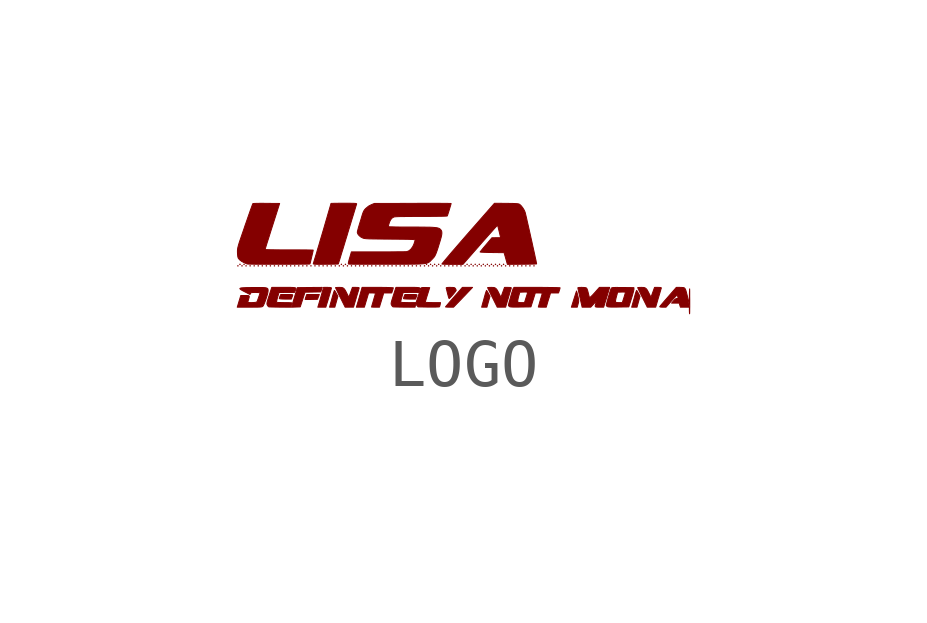
<source format=kicad_sym>
(kicad_symbol_lib
  (version 20210619)
  (generator bitmap2component)
  (symbol "LOGO"
    (pin_names
      (offset 1.016))
    (property "Reference" "#G"
      (at 0 0.652 0)
      (effects (font (size 1.27 1.27)) hide))
    (symbol "LOGO_0_0"
      (polyline (pts (xy 4.69 -1.256) (xy 4.691 -1.243) (xy 4.692 -1.212) (xy 4.692 -1.167) (xy 4.693 -1.108) (xy 4.693 -1.039) (xy 4.693 -0.963) (xy 4.692 -0.894) (xy 4.692 -0.826) (xy 4.692 -0.778) (xy 4.691 -0.749) (xy 4.691 -0.738) (xy 4.69 -0.745) (xy 4.689 -0.769) (xy 4.687 -0.808) (xy 4.686 -0.864) (xy 4.68 -1.057) (xy 4.649 -0.916) (xy 4.639 -0.87) (xy 4.624 -0.811) (xy 4.612 -0.768) (xy 4.6 -0.74) (xy 4.587 -0.722) (xy 4.574 -0.714) (xy 4.556 -0.71) (xy 4.524 -0.708) (xy 4.485 -0.707) (xy 4.413 -0.707) (xy 4.245 -0.9) (xy 4.213 -0.937) (xy 4.168 -0.988) (xy 4.13 -1.033) (xy 4.099 -1.069) (xy 4.078 -1.094) (xy 4.069 -1.105) (xy 4.068 -1.108) (xy 4.073 -1.114) (xy 4.093 -1.117) (xy 4.13 -1.119) (xy 4.199 -1.119) (xy 4.313 -0.988) (xy 4.338 -0.96) (xy 4.375 -0.92) (xy 4.404 -0.89) (xy 4.424 -0.872) (xy 4.433 -0.869) (xy 4.439 -0.884) (xy 4.447 -0.91) (xy 4.449 -0.926) (xy 4.445 -0.937) (xy 4.424 -0.939) (xy 4.406 -0.942) (xy 4.383 -0.957) (xy 4.355 -0.987) (xy 4.315 -1.034) (xy 4.473 -1.034) (xy 4.486 -1.076) (xy 4.499 -1.119) (xy 4.685 -1.119) (xy 4.685 -1.187) (xy 4.686 -1.221) (xy 4.688 -1.246) (xy 4.69 -1.256) (xy 4.69 -1.256)) (stroke (width 0.01)) (fill (type outline)))
      (polyline (pts (xy -4.368 -1.118) (xy -4.311 -1.118) (xy -4.269 -1.117) (xy -4.24 -1.115) (xy -4.22 -1.112) (xy -4.206 -1.108) (xy -4.197 -1.103) (xy -4.19 -1.096) (xy -4.18 -1.081) (xy -4.165 -1.047) (xy -4.147 -1.002) (xy -4.129 -0.951) (xy -4.112 -0.898) (xy -4.097 -0.849) (xy -4.088 -0.808) (xy -4.084 -0.78) (xy -4.084 -0.773) (xy -4.085 -0.754) (xy -4.089 -0.738) (xy -4.099 -0.727) (xy -4.116 -0.719) (xy -4.143 -0.713) (xy -4.183 -0.71) (xy -4.236 -0.709) (xy -4.307 -0.709) (xy -4.396 -0.709) (xy -4.449 -0.71) (xy -4.531 -0.711) (xy -4.593 -0.714) (xy -4.636 -0.717) (xy -4.662 -0.723) (xy -4.672 -0.73) (xy -4.667 -0.741) (xy -4.649 -0.755) (xy -4.617 -0.774) (xy -4.573 -0.797) (xy -4.539 -0.814) (xy -4.503 -0.833) (xy -4.476 -0.847) (xy -4.464 -0.853) (xy -4.458 -0.85) (xy -4.45 -0.834) (xy -4.447 -0.826) (xy -4.439 -0.819) (xy -4.423 -0.815) (xy -4.394 -0.813) (xy -4.349 -0.812) (xy -4.327 -0.813) (xy -4.289 -0.814) (xy -4.263 -0.817) (xy -4.253 -0.82) (xy -4.254 -0.829) (xy -4.261 -0.855) (xy -4.273 -0.89) (xy -4.286 -0.929) (xy -4.3 -0.967) (xy -4.311 -0.996) (xy -4.319 -1.01) (xy -4.319 -1.011) (xy -4.335 -1.016) (xy -4.363 -1.02) (xy -4.399 -1.023) (xy -4.437 -1.024) (xy -4.472 -1.023) (xy -4.496 -1.02) (xy -4.506 -1.016) (xy -4.505 -1.009) (xy -4.499 -0.987) (xy -4.49 -0.956) (xy -4.485 -0.94) (xy -4.477 -0.908) (xy -4.477 -0.889) (xy -4.49 -0.879) (xy -4.518 -0.876) (xy -4.564 -0.876) (xy -4.653 -0.876) (xy -4.68 -0.968) (xy -4.686 -0.986) (xy -4.699 -1.03) (xy -4.71 -1.066) (xy -4.717 -1.089) (xy -4.726 -1.119) (xy -4.443 -1.119) (xy -4.368 -1.118)) (stroke (width 0.01)) (fill (type outline)))
      (polyline (pts (xy -3.6 -1.078) (xy -3.598 -1.069) (xy -3.591 -1.044) (xy -3.588 -1.03) (xy -3.59 -1.029) (xy -3.609 -1.027) (xy -3.644 -1.025) (xy -3.691 -1.024) (xy -3.746 -1.024) (xy -3.773 -1.023) (xy -3.825 -1.022) (xy -3.868 -1.021) (xy -3.897 -1.018) (xy -3.909 -1.015) (xy -3.909 -1.01) (xy -3.905 -0.987) (xy -3.897 -0.952) (xy -3.885 -0.91) (xy -3.857 -0.813) (xy -3.696 -0.812) (xy -3.534 -0.812) (xy -3.519 -0.776) (xy -3.518 -0.773) (xy -3.509 -0.753) (xy -3.504 -0.737) (xy -3.505 -0.725) (xy -3.514 -0.717) (xy -3.533 -0.712) (xy -3.565 -0.709) (xy -3.611 -0.707) (xy -3.674 -0.707) (xy -4.008 -0.707) (xy -4.062 -0.876) (xy -4.077 -0.921) (xy -4.092 -0.971) (xy -4.102 -1.007) (xy -4.107 -1.032) (xy -4.108 -1.05) (xy -4.106 -1.063) (xy -4.1 -1.075) (xy -4.1 -1.076) (xy -4.085 -1.099) (xy -4.071 -1.111) (xy -4.069 -1.112) (xy -4.049 -1.114) (xy -4.012 -1.115) (xy -3.962 -1.116) (xy -3.902 -1.117) (xy -3.835 -1.118) (xy -3.612 -1.119) (xy -3.6 -1.078)) (stroke (width 0.01)) (fill (type outline)))
      (polyline (pts (xy -3.415 -1.113) (xy -3.365 -0.96) (xy -3.316 -0.807) (xy -3.152 -0.804) (xy -2.988 -0.801) (xy -2.972 -0.754) (xy -2.956 -0.707) (xy -3.216 -0.709) (xy -3.476 -0.712) (xy -3.489 -0.754) (xy -3.492 -0.765) (xy -3.501 -0.798) (xy -3.515 -0.844) (xy -3.531 -0.899) (xy -3.549 -0.958) (xy -3.597 -1.119) (xy -3.415 -1.113)) (stroke (width 0.01)) (fill (type outline)))
      (polyline (pts (xy -2.872 -1.084) (xy -2.871 -1.081) (xy -2.855 -1.029) (xy -2.837 -0.972) (xy -2.82 -0.912) (xy -2.803 -0.855) (xy -2.788 -0.804) (xy -2.776 -0.761) (xy -2.768 -0.732) (xy -2.765 -0.719) (xy -2.773 -0.713) (xy -2.801 -0.708) (xy -2.847 -0.707) (xy -2.93 -0.707) (xy -2.974 -0.863) (xy -2.98 -0.885) (xy -2.997 -0.944) (xy -3.012 -0.997) (xy -3.025 -1.04) (xy -3.033 -1.068) (xy -3.049 -1.119) (xy -2.882 -1.119) (xy -2.872 -1.084)) (stroke (width 0.01)) (fill (type outline)))
      (polyline (pts (xy -2.663 -1.005) (xy -2.631 -0.892) (xy -2.664 -0.831) (xy -2.68 -0.802) (xy -2.695 -0.779) (xy -2.703 -0.77) (xy -2.704 -0.771) (xy -2.71 -0.786) (xy -2.72 -0.814) (xy -2.731 -0.852) (xy -2.733 -0.858) (xy -2.748 -0.911) (xy -2.764 -0.971) (xy -2.78 -1.026) (xy -2.805 -1.119) (xy -2.695 -1.119) (xy -2.663 -1.005)) (stroke (width 0.01)) (fill (type outline)))
      (polyline (pts (xy -2.306 -1.118) (xy -2.249 -0.926) (xy -2.249 -0.924) (xy -2.231 -0.863) (xy -2.214 -0.809) (xy -2.201 -0.765) (xy -2.192 -0.734) (xy -2.188 -0.72) (xy -2.187 -0.718) (xy -2.193 -0.712) (xy -2.216 -0.708) (xy -2.256 -0.707) (xy -2.329 -0.707) (xy -2.366 -0.81) (xy -2.403 -0.913) (xy -2.443 -0.834) (xy -2.468 -0.784) (xy -2.49 -0.748) (xy -2.51 -0.726) (xy -2.534 -0.713) (xy -2.563 -0.708) (xy -2.603 -0.707) (xy -2.609 -0.707) (xy -2.645 -0.708) (xy -2.671 -0.71) (xy -2.68 -0.712) (xy -2.68 -0.714) (xy -2.672 -0.73) (xy -2.657 -0.762) (xy -2.636 -0.805) (xy -2.61 -0.859) (xy -2.58 -0.918) (xy -2.48 -1.119) (xy -2.306 -1.118)) (stroke (width 0.01)) (fill (type outline)))
      (polyline (pts (xy -2.052 -1.026) (xy -2.049 -1.013) (xy -2.033 -0.963) (xy -2.019 -0.915) (xy -2.008 -0.878) (xy -1.991 -0.823) (xy -1.917 -0.823) (xy -1.879 -0.824) (xy -1.858 -0.826) (xy -1.85 -0.832) (xy -1.851 -0.842) (xy -1.853 -0.846) (xy -1.86 -0.871) (xy -1.871 -0.908) (xy -1.884 -0.952) (xy -1.897 -0.998) (xy -1.91 -1.042) (xy -1.921 -1.079) (xy -1.928 -1.105) (xy -1.931 -1.116) (xy -1.931 -1.116) (xy -1.916 -1.117) (xy -1.887 -1.118) (xy -1.848 -1.119) (xy -1.766 -1.119) (xy -1.753 -1.074) (xy -1.749 -1.06) (xy -1.737 -1.022) (xy -1.723 -0.975) (xy -1.708 -0.926) (xy -1.677 -0.823) (xy -1.511 -0.823) (xy -1.494 -0.774) (xy -1.489 -0.757) (xy -1.481 -0.73) (xy -1.477 -0.716) (xy -1.48 -0.715) (xy -1.498 -0.713) (xy -1.534 -0.711) (xy -1.586 -0.709) (xy -1.649 -0.708) (xy -1.722 -0.707) (xy -1.803 -0.707) (xy -2.128 -0.707) (xy -2.172 -0.863) (xy -2.178 -0.885) (xy -2.195 -0.944) (xy -2.21 -0.997) (xy -2.223 -1.04) (xy -2.231 -1.068) (xy -2.247 -1.119) (xy -2.08 -1.119) (xy -2.052 -1.026)) (stroke (width 0.01)) (fill (type outline)))
      (polyline (pts (xy -1.018 -1.085) (xy -1.011 -1.052) (xy -0.962 -1.113) (xy -0.744 -1.117) (xy -0.725 -1.117) (xy -0.661 -1.117) (xy -0.605 -1.117) (xy -0.56 -1.115) (xy -0.529 -1.114) (xy -0.517 -1.111) (xy -0.516 -1.109) (xy -0.509 -1.091) (xy -0.502 -1.063) (xy -0.495 -1.024) (xy -0.654 -1.024) (xy -0.683 -1.023) (xy -0.734 -1.022) (xy -0.775 -1.02) (xy -0.803 -1.018) (xy -0.813 -1.015) (xy -0.812 -1.012) (xy -0.807 -0.992) (xy -0.796 -0.958) (xy -0.783 -0.912) (xy -0.766 -0.859) (xy -0.72 -0.712) (xy -0.805 -0.709) (xy -0.813 -0.709) (xy -0.858 -0.709) (xy -0.886 -0.712) (xy -0.899 -0.72) (xy -0.9 -0.723) (xy -0.909 -0.744) (xy -0.922 -0.779) (xy -0.938 -0.826) (xy -0.956 -0.878) (xy -1.004 -1.024) (xy -1.161 -1.024) (xy -1.187 -1.023) (xy -1.24 -1.022) (xy -1.282 -1.021) (xy -1.311 -1.018) (xy -1.323 -1.015) (xy -1.323 -1.01) (xy -1.32 -0.987) (xy -1.312 -0.952) (xy -1.3 -0.91) (xy -1.272 -0.813) (xy -1.11 -0.812) (xy -0.949 -0.812) (xy -0.933 -0.776) (xy -0.932 -0.773) (xy -0.924 -0.753) (xy -0.919 -0.737) (xy -0.92 -0.725) (xy -0.929 -0.717) (xy -0.948 -0.712) (xy -0.979 -0.709) (xy -1.026 -0.707) (xy -1.089 -0.707) (xy -1.423 -0.707) (xy -1.477 -0.876) (xy -1.491 -0.921) (xy -1.507 -0.971) (xy -1.517 -1.007) (xy -1.522 -1.032) (xy -1.523 -1.05) (xy -1.52 -1.063) (xy -1.515 -1.075) (xy -1.514 -1.076) (xy -1.499 -1.099) (xy -1.486 -1.111) (xy -1.483 -1.112) (xy -1.463 -1.114) (xy -1.426 -1.115) (xy -1.376 -1.116) (xy -1.316 -1.117) (xy -1.249 -1.118) (xy -1.025 -1.119) (xy -1.018 -1.085)) (stroke (width 0.01)) (fill (type outline)))
      (polyline (pts (xy -0.098 -0.989) (xy -0.075 -0.966) (xy -0.026 -0.914) (xy 0.023 -0.864) (xy 0.066 -0.818) (xy 0.1 -0.783) (xy 0.172 -0.707) (xy -0.04 -0.707) (xy -0.215 -0.907) (xy -0.255 -0.953) (xy -0.299 -1.003) (xy -0.336 -1.047) (xy -0.365 -1.081) (xy -0.384 -1.104) (xy -0.391 -1.113) (xy -0.39 -1.114) (xy -0.375 -1.116) (xy -0.346 -1.118) (xy -0.307 -1.119) (xy -0.224 -1.119) (xy -0.098 -0.989)) (stroke (width 0.01)) (fill (type outline)))
      (polyline (pts (xy 0.535 -0.892) (xy 0.502 -0.831) (xy 0.485 -0.802) (xy 0.471 -0.779) (xy 0.463 -0.77) (xy 0.462 -0.771) (xy 0.456 -0.786) (xy 0.446 -0.814) (xy 0.434 -0.852) (xy 0.433 -0.858) (xy 0.418 -0.911) (xy 0.402 -0.971) (xy 0.386 -1.026) (xy 0.361 -1.119) (xy 0.471 -1.119) (xy 0.535 -0.892)) (stroke (width 0.01)) (fill (type outline)))
      (polyline (pts (xy 0.86 -1.118) (xy 0.917 -0.926) (xy 0.917 -0.924) (xy 0.935 -0.863) (xy 0.951 -0.809) (xy 0.965 -0.765) (xy 0.974 -0.734) (xy 0.978 -0.72) (xy 0.979 -0.718) (xy 0.972 -0.712) (xy 0.95 -0.708) (xy 0.91 -0.707) (xy 0.837 -0.707) (xy 0.8 -0.81) (xy 0.763 -0.913) (xy 0.723 -0.834) (xy 0.698 -0.784) (xy 0.676 -0.748) (xy 0.655 -0.726) (xy 0.632 -0.713) (xy 0.603 -0.708) (xy 0.563 -0.707) (xy 0.557 -0.707) (xy 0.521 -0.708) (xy 0.495 -0.71) (xy 0.485 -0.712) (xy 0.486 -0.714) (xy 0.493 -0.73) (xy 0.508 -0.762) (xy 0.53 -0.805) (xy 0.556 -0.859) (xy 0.586 -0.918) (xy 0.686 -1.119) (xy 0.86 -1.118)) (stroke (width 0.01)) (fill (type outline)))
      (polyline (pts (xy 1.719 -1.074) (xy 1.723 -1.06) (xy 1.734 -1.022) (xy 1.748 -0.975) (xy 1.764 -0.926) (xy 1.795 -0.823) (xy 1.961 -0.823) (xy 1.978 -0.774) (xy 1.983 -0.757) (xy 1.991 -0.73) (xy 1.994 -0.716) (xy 1.987 -0.714) (xy 1.961 -0.713) (xy 1.917 -0.711) (xy 1.859 -0.71) (xy 1.787 -0.709) (xy 1.704 -0.708) (xy 1.613 -0.707) (xy 1.514 -0.707) (xy 1.034 -0.707) (xy 1.019 -0.731) (xy 1.018 -0.733) (xy 1.01 -0.752) (xy 0.999 -0.787) (xy 0.985 -0.832) (xy 0.97 -0.883) (xy 0.955 -0.936) (xy 0.941 -0.987) (xy 0.937 -1.002) (xy 1.111 -1.002) (xy 1.113 -0.978) (xy 1.12 -0.941) (xy 1.13 -0.899) (xy 1.156 -0.807) (xy 1.237 -0.804) (xy 1.247 -0.804) (xy 1.284 -0.804) (xy 1.309 -0.805) (xy 1.319 -0.808) (xy 1.317 -0.815) (xy 1.311 -0.839) (xy 1.3 -0.875) (xy 1.286 -0.919) (xy 1.253 -1.024) (xy 1.185 -1.024) (xy 1.177 -1.024) (xy 1.141 -1.022) (xy 1.12 -1.016) (xy 1.111 -1.007) (xy 1.111 -1.002) (xy 0.937 -1.002) (xy 0.929 -1.031) (xy 0.921 -1.063) (xy 0.918 -1.08) (xy 0.921 -1.087) (xy 0.935 -1.102) (xy 0.94 -1.106) (xy 0.951 -1.111) (xy 0.969 -1.114) (xy 0.997 -1.116) (xy 1.038 -1.117) (xy 1.095 -1.117) (xy 1.169 -1.116) (xy 1.387 -1.113) (xy 1.433 -0.968) (xy 1.478 -0.823) (xy 1.555 -0.823) (xy 1.593 -0.824) (xy 1.613 -0.826) (xy 1.621 -0.832) (xy 1.621 -0.842) (xy 1.619 -0.846) (xy 1.612 -0.871) (xy 1.601 -0.908) (xy 1.588 -0.952) (xy 1.574 -0.998) (xy 1.562 -1.042) (xy 1.551 -1.079) (xy 1.543 -1.105) (xy 1.541 -1.116) (xy 1.541 -1.116) (xy 1.556 -1.117) (xy 1.585 -1.118) (xy 1.623 -1.119) (xy 1.706 -1.119) (xy 1.719 -1.074)) (stroke (width 0.01)) (fill (type outline)))
      (polyline (pts (xy 2.369 -1.052) (xy 2.372 -1.041) (xy 2.379 -1.012) (xy 2.381 -0.988) (xy 2.38 -0.963) (xy 2.374 -0.93) (xy 2.364 -0.882) (xy 2.357 -0.853) (xy 2.347 -0.816) (xy 2.34 -0.792) (xy 2.336 -0.783) (xy 2.334 -0.789) (xy 2.326 -0.812) (xy 2.314 -0.849) (xy 2.299 -0.897) (xy 2.281 -0.953) (xy 2.229 -1.119) (xy 2.351 -1.119) (xy 2.369 -1.052)) (stroke (width 0.01)) (fill (type outline)))
      (polyline (pts (xy 2.693 -1.053) (xy 2.753 -0.987) (xy 2.738 -1.039) (xy 2.733 -1.056) (xy 2.725 -1.087) (xy 2.726 -1.106) (xy 2.739 -1.115) (xy 2.766 -1.118) (xy 2.812 -1.119) (xy 2.901 -1.119) (xy 2.934 -1.01) (xy 2.941 -0.988) (xy 2.961 -0.925) (xy 2.98 -0.86) (xy 2.997 -0.805) (xy 3.026 -0.707) (xy 2.919 -0.707) (xy 2.812 -0.707) (xy 2.713 -0.819) (xy 2.712 -0.82) (xy 2.668 -0.868) (xy 2.635 -0.9) (xy 2.615 -0.915) (xy 2.606 -0.916) (xy 2.605 -0.914) (xy 2.598 -0.894) (xy 2.59 -0.861) (xy 2.58 -0.82) (xy 2.578 -0.811) (xy 2.567 -0.771) (xy 2.556 -0.74) (xy 2.546 -0.722) (xy 2.53 -0.714) (xy 2.498 -0.709) (xy 2.447 -0.707) (xy 2.436 -0.707) (xy 2.399 -0.708) (xy 2.373 -0.711) (xy 2.364 -0.715) (xy 2.364 -0.715) (xy 2.366 -0.729) (xy 2.372 -0.759) (xy 2.382 -0.804) (xy 2.394 -0.859) (xy 2.408 -0.921) (xy 2.453 -1.119) (xy 2.632 -1.119) (xy 2.693 -1.053)) (stroke (width 0.01)) (fill (type outline)))
      (polyline (pts (xy 3.206 -1.116) (xy 3.424 -1.113) (xy 3.479 -0.939) (xy 3.493 -0.894) (xy 3.509 -0.839) (xy 3.522 -0.792) (xy 3.53 -0.757) (xy 3.532 -0.739) (xy 3.53 -0.712) (xy 3.301 -0.709) (xy 3.298 -0.709) (xy 3.224 -0.709) (xy 3.167 -0.708) (xy 3.126 -0.709) (xy 3.098 -0.71) (xy 3.08 -0.713) (xy 3.068 -0.717) (xy 3.061 -0.723) (xy 3.056 -0.731) (xy 3.055 -0.732) (xy 3.047 -0.752) (xy 3.036 -0.786) (xy 3.022 -0.831) (xy 3.007 -0.883) (xy 2.991 -0.936) (xy 2.977 -0.987) (xy 2.973 -1.002) (xy 3.147 -1.002) (xy 3.149 -0.978) (xy 3.156 -0.941) (xy 3.167 -0.899) (xy 3.192 -0.807) (xy 3.274 -0.804) (xy 3.284 -0.804) (xy 3.32 -0.804) (xy 3.346 -0.805) (xy 3.356 -0.808) (xy 3.354 -0.815) (xy 3.347 -0.839) (xy 3.336 -0.875) (xy 3.323 -0.919) (xy 3.289 -1.024) (xy 3.222 -1.024) (xy 3.214 -1.024) (xy 3.178 -1.022) (xy 3.157 -1.016) (xy 3.148 -1.007) (xy 3.147 -1.002) (xy 2.973 -1.002) (xy 2.966 -1.031) (xy 2.958 -1.063) (xy 2.955 -1.08) (xy 2.958 -1.087) (xy 2.971 -1.102) (xy 2.976 -1.106) (xy 2.988 -1.111) (xy 3.006 -1.114) (xy 3.034 -1.116) (xy 3.075 -1.117) (xy 3.131 -1.117) (xy 3.206 -1.116)) (stroke (width 0.01)) (fill (type outline)))
      (polyline (pts (xy 3.658 -0.892) (xy 3.626 -0.831) (xy 3.609 -0.802) (xy 3.595 -0.779) (xy 3.587 -0.77) (xy 3.586 -0.771) (xy 3.579 -0.786) (xy 3.569 -0.814) (xy 3.558 -0.852) (xy 3.556 -0.858) (xy 3.542 -0.911) (xy 3.525 -0.971) (xy 3.51 -1.026) (xy 3.484 -1.119) (xy 3.595 -1.119) (xy 3.658 -0.892)) (stroke (width 0.01)) (fill (type outline)))
      (polyline (pts (xy 3.897 -1.118) (xy 3.984 -1.118) (xy 4.04 -0.926) (xy 4.041 -0.924) (xy 4.059 -0.863) (xy 4.075 -0.809) (xy 4.088 -0.765) (xy 4.097 -0.734) (xy 4.102 -0.72) (xy 4.102 -0.718) (xy 4.096 -0.712) (xy 4.074 -0.708) (xy 4.033 -0.707) (xy 3.96 -0.707) (xy 3.886 -0.913) (xy 3.847 -0.834) (xy 3.821 -0.784) (xy 3.8 -0.748) (xy 3.779 -0.726) (xy 3.756 -0.713) (xy 3.726 -0.708) (xy 3.686 -0.707) (xy 3.68 -0.707) (xy 3.644 -0.708) (xy 3.619 -0.71) (xy 3.609 -0.712) (xy 3.61 -0.714) (xy 3.617 -0.73) (xy 3.632 -0.762) (xy 3.653 -0.805) (xy 3.679 -0.859) (xy 3.709 -0.918) (xy 3.809 -1.119) (xy 3.897 -1.118)) (stroke (width 0.01)) (fill (type outline)))
      (polyline (pts (xy -3.234 -0.959) (xy -3.185 -0.958) (xy -3.056 -0.955) (xy -3.037 -0.905) (xy -3.018 -0.855) (xy -3.28 -0.855) (xy -3.297 -0.904) (xy -3.303 -0.921) (xy -3.31 -0.946) (xy -3.313 -0.957) (xy -3.313 -0.957) (xy -3.302 -0.958) (xy -3.275 -0.959) (xy -3.234 -0.959)) (stroke (width 0.01)) (fill (type outline)))
      (polyline (pts (xy -3.59 -0.921) (xy -3.581 -0.897) (xy -3.572 -0.873) (xy -3.571 -0.869) (xy -3.572 -0.862) (xy -3.582 -0.858) (xy -3.603 -0.856) (xy -3.639 -0.855) (xy -3.693 -0.855) (xy -3.821 -0.855) (xy -3.836 -0.891) (xy -3.839 -0.896) (xy -3.848 -0.922) (xy -3.852 -0.939) (xy -3.848 -0.942) (xy -3.825 -0.946) (xy -3.784 -0.949) (xy -3.726 -0.95) (xy -3.6 -0.95) (xy -3.59 -0.921)) (stroke (width 0.01)) (fill (type outline)))
      (polyline (pts (xy -1.005 -0.921) (xy -0.996 -0.897) (xy -0.987 -0.873) (xy -0.985 -0.869) (xy -0.987 -0.862) (xy -0.997 -0.858) (xy -1.018 -0.856) (xy -1.054 -0.855) (xy -1.107 -0.855) (xy -1.236 -0.855) (xy -1.251 -0.891) (xy -1.253 -0.896) (xy -1.262 -0.922) (xy -1.266 -0.939) (xy -1.262 -0.942) (xy -1.24 -0.946) (xy -1.198 -0.949) (xy -1.141 -0.95) (xy -1.015 -0.95) (xy -1.005 -0.921)) (stroke (width 0.01)) (fill (type outline)))
      (polyline (pts (xy -0.312 -0.937) (xy -0.296 -0.923) (xy -0.272 -0.898) (xy -0.245 -0.868) (xy -0.217 -0.835) (xy -0.193 -0.805) (xy -0.175 -0.781) (xy -0.169 -0.768) (xy -0.173 -0.753) (xy -0.185 -0.73) (xy -0.19 -0.724) (xy -0.201 -0.715) (xy -0.219 -0.71) (xy -0.247 -0.708) (xy -0.292 -0.707) (xy -0.324 -0.707) (xy -0.357 -0.709) (xy -0.374 -0.713) (xy -0.377 -0.72) (xy -0.375 -0.728) (xy -0.368 -0.753) (xy -0.359 -0.791) (xy -0.348 -0.836) (xy -0.34 -0.866) (xy -0.33 -0.904) (xy -0.321 -0.93) (xy -0.316 -0.939) (xy -0.312 -0.937)) (stroke (width 0.01)) (fill (type outline)))
      (polyline (pts (xy -4.707 -0.259) (xy -4.712 -0.253) (xy -4.717 -0.259) (xy -4.712 -0.264) (xy -4.707 -0.259)) (stroke (width 0.01)) (fill (type outline)))
      (polyline (pts (xy -4.622 -0.259) (xy -4.627 -0.253) (xy -4.633 -0.259) (xy -4.627 -0.264) (xy -4.622 -0.259)) (stroke (width 0.01)) (fill (type outline)))
      (polyline (pts (xy -4.538 -0.259) (xy -4.543 -0.253) (xy -4.548 -0.259) (xy -4.543 -0.264) (xy -4.538 -0.259)) (stroke (width 0.01)) (fill (type outline)))
      (polyline (pts (xy -4.453 -0.259) (xy -4.458 -0.253) (xy -4.464 -0.259) (xy -4.458 -0.264) (xy -4.453 -0.259)) (stroke (width 0.01)) (fill (type outline)))
      (polyline (pts (xy -4.369 -0.259) (xy -4.374 -0.253) (xy -4.379 -0.259) (xy -4.374 -0.264) (xy -4.369 -0.259)) (stroke (width 0.01)) (fill (type outline)))
      (polyline (pts (xy -4.284 -0.259) (xy -4.29 -0.253) (xy -4.295 -0.259) (xy -4.29 -0.264) (xy -4.284 -0.259)) (stroke (width 0.01)) (fill (type outline)))
      (polyline (pts (xy -4.2 -0.259) (xy -4.205 -0.253) (xy -4.21 -0.259) (xy -4.205 -0.264) (xy -4.2 -0.259)) (stroke (width 0.01)) (fill (type outline)))
      (polyline (pts (xy -4.115 -0.259) (xy -4.121 -0.253) (xy -4.126 -0.259) (xy -4.121 -0.264) (xy -4.115 -0.259)) (stroke (width 0.01)) (fill (type outline)))
      (polyline (pts (xy -4.031 -0.259) (xy -4.036 -0.253) (xy -4.042 -0.259) (xy -4.036 -0.264) (xy -4.031 -0.259)) (stroke (width 0.01)) (fill (type outline)))
      (polyline (pts (xy -3.947 -0.259) (xy -3.952 -0.253) (xy -3.957 -0.259) (xy -3.952 -0.264) (xy -3.947 -0.259)) (stroke (width 0.01)) (fill (type outline)))
      (polyline (pts (xy -3.862 -0.259) (xy -3.868 -0.253) (xy -3.873 -0.259) (xy -3.868 -0.264) (xy -3.862 -0.259)) (stroke (width 0.01)) (fill (type outline)))
      (polyline (pts (xy -3.778 -0.259) (xy -3.783 -0.253) (xy -3.788 -0.259) (xy -3.783 -0.264) (xy -3.778 -0.259)) (stroke (width 0.01)) (fill (type outline)))
      (polyline (pts (xy -3.693 -0.259) (xy -3.699 -0.253) (xy -3.704 -0.259) (xy -3.699 -0.264) (xy -3.693 -0.259)) (stroke (width 0.01)) (fill (type outline)))
      (polyline (pts (xy -3.609 -0.259) (xy -3.614 -0.253) (xy -3.62 -0.259) (xy -3.614 -0.264) (xy -3.609 -0.259)) (stroke (width 0.01)) (fill (type outline)))
      (polyline (pts (xy -3.525 -0.259) (xy -3.53 -0.253) (xy -3.535 -0.259) (xy -3.53 -0.264) (xy -3.525 -0.259)) (stroke (width 0.01)) (fill (type outline)))
      (polyline (pts (xy -3.44 -0.259) (xy -3.445 -0.253) (xy -3.451 -0.259) (xy -3.445 -0.264) (xy -3.44 -0.259)) (stroke (width 0.01)) (fill (type outline)))
      (polyline (pts (xy -3.356 -0.259) (xy -3.361 -0.253) (xy -3.366 -0.259) (xy -3.361 -0.264) (xy -3.356 -0.259)) (stroke (width 0.01)) (fill (type outline)))
      (polyline (pts (xy -3.271 -0.259) (xy -3.277 -0.253) (xy -3.282 -0.259) (xy -3.277 -0.264) (xy -3.271 -0.259)) (stroke (width 0.01)) (fill (type outline)))
      (polyline (pts (xy -3.187 -0.259) (xy -3.192 -0.253) (xy -3.197 -0.259) (xy -3.192 -0.264) (xy -3.187 -0.259)) (stroke (width 0.01)) (fill (type outline)))
      (polyline (pts (xy -3.103 -0.259) (xy -3.108 -0.253) (xy -3.113 -0.259) (xy -3.108 -0.264) (xy -3.103 -0.259)) (stroke (width 0.01)) (fill (type outline)))
      (polyline (pts (xy -3.018 -0.259) (xy -3.023 -0.253) (xy -3.029 -0.259) (xy -3.023 -0.264) (xy -3.018 -0.259)) (stroke (width 0.01)) (fill (type outline)))
      (polyline (pts (xy -2.934 -0.259) (xy -2.939 -0.253) (xy -2.944 -0.259) (xy -2.939 -0.264) (xy -2.934 -0.259)) (stroke (width 0.01)) (fill (type outline)))
      (polyline (pts (xy -2.849 -0.259) (xy -2.854 -0.253) (xy -2.86 -0.259) (xy -2.854 -0.264) (xy -2.849 -0.259)) (stroke (width 0.01)) (fill (type outline)))
      (polyline (pts (xy -2.765 -0.259) (xy -2.77 -0.253) (xy -2.775 -0.259) (xy -2.77 -0.264) (xy -2.765 -0.259)) (stroke (width 0.01)) (fill (type outline)))
      (polyline (pts (xy -2.68 -0.259) (xy -2.686 -0.253) (xy -2.691 -0.259) (xy -2.686 -0.264) (xy -2.68 -0.259)) (stroke (width 0.01)) (fill (type outline)))
      (polyline (pts (xy -2.596 -0.259) (xy -2.601 -0.253) (xy -2.607 -0.259) (xy -2.601 -0.264) (xy -2.596 -0.259)) (stroke (width 0.01)) (fill (type outline)))
      (polyline (pts (xy -2.511 -0.259) (xy -2.517 -0.253) (xy -2.522 -0.259) (xy -2.517 -0.264) (xy -2.511 -0.259)) (stroke (width 0.01)) (fill (type outline)))
      (polyline (pts (xy -2.427 -0.259) (xy -2.432 -0.253) (xy -2.438 -0.259) (xy -2.432 -0.264) (xy -2.427 -0.259)) (stroke (width 0.01)) (fill (type outline)))
      (polyline (pts (xy -2.343 -0.259) (xy -2.348 -0.253) (xy -2.353 -0.259) (xy -2.348 -0.264) (xy -2.343 -0.259)) (stroke (width 0.01)) (fill (type outline)))
      (polyline (pts (xy -2.258 -0.259) (xy -2.264 -0.253) (xy -2.269 -0.259) (xy -2.264 -0.264) (xy -2.258 -0.259)) (stroke (width 0.01)) (fill (type outline)))
      (polyline (pts (xy -2.174 -0.259) (xy -2.179 -0.253) (xy -2.184 -0.259) (xy -2.179 -0.264) (xy -2.174 -0.259)) (stroke (width 0.01)) (fill (type outline)))
      (polyline (pts (xy -2.089 -0.259) (xy -2.095 -0.253) (xy -2.1 -0.259) (xy -2.095 -0.264) (xy -2.089 -0.259)) (stroke (width 0.01)) (fill (type outline)))
      (polyline (pts (xy -2.005 -0.259) (xy -2.01 -0.253) (xy -2.016 -0.259) (xy -2.01 -0.264) (xy -2.005 -0.259)) (stroke (width 0.01)) (fill (type outline)))
      (polyline (pts (xy -1.921 -0.259) (xy -1.926 -0.253) (xy -1.931 -0.259) (xy -1.926 -0.264) (xy -1.921 -0.259)) (stroke (width 0.01)) (fill (type outline)))
      (polyline (pts (xy -1.836 -0.259) (xy -1.841 -0.253) (xy -1.847 -0.259) (xy -1.841 -0.264) (xy -1.836 -0.259)) (stroke (width 0.01)) (fill (type outline)))
      (polyline (pts (xy -1.752 -0.259) (xy -1.757 -0.253) (xy -1.762 -0.259) (xy -1.757 -0.264) (xy -1.752 -0.259)) (stroke (width 0.01)) (fill (type outline)))
      (polyline (pts (xy -1.667 -0.259) (xy -1.673 -0.253) (xy -1.678 -0.259) (xy -1.673 -0.264) (xy -1.667 -0.259)) (stroke (width 0.01)) (fill (type outline)))
      (polyline (pts (xy -1.583 -0.259) (xy -1.588 -0.253) (xy -1.593 -0.259) (xy -1.588 -0.264) (xy -1.583 -0.259)) (stroke (width 0.01)) (fill (type outline)))
      (polyline (pts (xy -1.498 -0.259) (xy -1.504 -0.253) (xy -1.509 -0.259) (xy -1.504 -0.264) (xy -1.498 -0.259)) (stroke (width 0.01)) (fill (type outline)))
      (polyline (pts (xy -1.414 -0.259) (xy -1.419 -0.253) (xy -1.425 -0.259) (xy -1.419 -0.264) (xy -1.414 -0.259)) (stroke (width 0.01)) (fill (type outline)))
      (polyline (pts (xy -1.33 -0.259) (xy -1.335 -0.253) (xy -1.34 -0.259) (xy -1.335 -0.264) (xy -1.33 -0.259)) (stroke (width 0.01)) (fill (type outline)))
      (polyline (pts (xy -1.245 -0.259) (xy -1.25 -0.253) (xy -1.256 -0.259) (xy -1.25 -0.264) (xy -1.245 -0.259)) (stroke (width 0.01)) (fill (type outline)))
      (polyline (pts (xy -1.161 -0.259) (xy -1.166 -0.253) (xy -1.171 -0.259) (xy -1.166 -0.264) (xy -1.161 -0.259)) (stroke (width 0.01)) (fill (type outline)))
      (polyline (pts (xy -1.076 -0.259) (xy -1.082 -0.253) (xy -1.087 -0.259) (xy -1.082 -0.264) (xy -1.076 -0.259)) (stroke (width 0.01)) (fill (type outline)))
      (polyline (pts (xy -0.992 -0.259) (xy -0.997 -0.253) (xy -1.002 -0.259) (xy -0.997 -0.264) (xy -0.992 -0.259)) (stroke (width 0.01)) (fill (type outline)))
      (polyline (pts (xy -0.908 -0.259) (xy -0.913 -0.253) (xy -0.918 -0.259) (xy -0.913 -0.264) (xy -0.908 -0.259)) (stroke (width 0.01)) (fill (type outline)))
      (polyline (pts (xy -0.823 -0.259) (xy -0.828 -0.253) (xy -0.834 -0.259) (xy -0.828 -0.264) (xy -0.823 -0.259)) (stroke (width 0.01)) (fill (type outline)))
      (polyline (pts (xy -0.739 -0.259) (xy -0.744 -0.253) (xy -0.749 -0.259) (xy -0.744 -0.264) (xy -0.739 -0.259)) (stroke (width 0.01)) (fill (type outline)))
      (polyline (pts (xy -0.654 -0.259) (xy -0.66 -0.253) (xy -0.665 -0.259) (xy -0.66 -0.264) (xy -0.654 -0.259)) (stroke (width 0.01)) (fill (type outline)))
      (polyline (pts (xy -0.57 -0.259) (xy -0.575 -0.253) (xy -0.58 -0.259) (xy -0.575 -0.264) (xy -0.57 -0.259)) (stroke (width 0.01)) (fill (type outline)))
      (polyline (pts (xy -0.485 -0.259) (xy -0.491 -0.253) (xy -0.496 -0.259) (xy -0.491 -0.264) (xy -0.485 -0.259)) (stroke (width 0.01)) (fill (type outline)))
      (polyline (pts (xy -0.401 -0.259) (xy -0.406 -0.253) (xy -0.412 -0.259) (xy -0.406 -0.264) (xy -0.401 -0.259)) (stroke (width 0.01)) (fill (type outline)))
      (polyline (pts (xy -0.317 -0.259) (xy -0.322 -0.253) (xy -0.327 -0.259) (xy -0.322 -0.264) (xy -0.317 -0.259)) (stroke (width 0.01)) (fill (type outline)))
      (polyline (pts (xy -0.232 -0.259) (xy -0.237 -0.253) (xy -0.243 -0.259) (xy -0.237 -0.264) (xy -0.232 -0.259)) (stroke (width 0.01)) (fill (type outline)))
      (polyline (pts (xy -0.148 -0.259) (xy -0.153 -0.253) (xy -0.158 -0.259) (xy -0.153 -0.264) (xy -0.148 -0.259)) (stroke (width 0.01)) (fill (type outline)))
      (polyline (pts (xy -0.063 -0.259) (xy -0.069 -0.253) (xy -0.074 -0.259) (xy -0.069 -0.264) (xy -0.063 -0.259)) (stroke (width 0.01)) (fill (type outline)))
      (polyline (pts (xy 0.021 -0.259) (xy 0.016 -0.253) (xy 0.011 -0.259) (xy 0.016 -0.264) (xy 0.021 -0.259)) (stroke (width 0.01)) (fill (type outline)))
      (polyline (pts (xy 0.105 -0.259) (xy 0.1 -0.253) (xy 0.095 -0.259) (xy 0.1 -0.264) (xy 0.105 -0.259)) (stroke (width 0.01)) (fill (type outline)))
      (polyline (pts (xy 0.19 -0.259) (xy 0.185 -0.253) (xy 0.179 -0.259) (xy 0.185 -0.264) (xy 0.19 -0.259)) (stroke (width 0.01)) (fill (type outline)))
      (polyline (pts (xy 0.274 -0.259) (xy 0.269 -0.253) (xy 0.264 -0.259) (xy 0.269 -0.264) (xy 0.274 -0.259)) (stroke (width 0.01)) (fill (type outline)))
      (polyline (pts (xy 0.359 -0.259) (xy 0.353 -0.253) (xy 0.348 -0.259) (xy 0.353 -0.264) (xy 0.359 -0.259)) (stroke (width 0.01)) (fill (type outline)))
      (polyline (pts (xy 0.443 -0.259) (xy 0.438 -0.253) (xy 0.433 -0.259) (xy 0.438 -0.264) (xy 0.443 -0.259)) (stroke (width 0.01)) (fill (type outline)))
      (polyline (pts (xy 0.528 -0.259) (xy 0.522 -0.253) (xy 0.517 -0.259) (xy 0.522 -0.264) (xy 0.528 -0.259)) (stroke (width 0.01)) (fill (type outline)))
      (polyline (pts (xy 0.612 -0.259) (xy 0.607 -0.253) (xy 0.602 -0.259) (xy 0.607 -0.264) (xy 0.612 -0.259)) (stroke (width 0.01)) (fill (type outline)))
      (polyline (pts (xy 0.696 -0.259) (xy 0.691 -0.253) (xy 0.686 -0.259) (xy 0.691 -0.264) (xy 0.696 -0.259)) (stroke (width 0.01)) (fill (type outline)))
      (polyline (pts (xy 0.781 -0.259) (xy 0.776 -0.253) (xy 0.77 -0.259) (xy 0.776 -0.264) (xy 0.781 -0.259)) (stroke (width 0.01)) (fill (type outline)))
      (polyline (pts (xy 0.865 -0.259) (xy 0.86 -0.253) (xy 0.855 -0.259) (xy 0.86 -0.264) (xy 0.865 -0.259)) (stroke (width 0.01)) (fill (type outline)))
      (polyline (pts (xy 0.95 -0.259) (xy 0.944 -0.253) (xy 0.939 -0.259) (xy 0.944 -0.264) (xy 0.95 -0.259)) (stroke (width 0.01)) (fill (type outline)))
      (polyline (pts (xy 1.034 -0.259) (xy 1.029 -0.253) (xy 1.024 -0.259) (xy 1.029 -0.264) (xy 1.034 -0.259)) (stroke (width 0.01)) (fill (type outline)))
      (polyline (pts (xy 1.119 -0.259) (xy 1.113 -0.253) (xy 1.108 -0.259) (xy 1.113 -0.264) (xy 1.119 -0.259)) (stroke (width 0.01)) (fill (type outline)))
      (polyline (pts (xy 1.203 -0.259) (xy 1.198 -0.253) (xy 1.192 -0.259) (xy 1.198 -0.264) (xy 1.203 -0.259)) (stroke (width 0.01)) (fill (type outline)))
      (polyline (pts (xy 1.287 -0.259) (xy 1.282 -0.253) (xy 1.277 -0.259) (xy 1.282 -0.264) (xy 1.287 -0.259)) (stroke (width 0.01)) (fill (type outline)))
      (polyline (pts (xy 1.372 -0.259) (xy 1.367 -0.253) (xy 1.361 -0.259) (xy 1.367 -0.264) (xy 1.372 -0.259)) (stroke (width 0.01)) (fill (type outline)))
      (polyline (pts (xy 1.456 -0.259) (xy 1.451 -0.253) (xy 1.446 -0.259) (xy 1.451 -0.264) (xy 1.456 -0.259)) (stroke (width 0.01)) (fill (type outline)))
      (polyline (pts (xy -4.664 -0.227) (xy -4.67 -0.222) (xy -4.675 -0.227) (xy -4.67 -0.232) (xy -4.664 -0.227)) (stroke (width 0.01)) (fill (type outline)))
      (polyline (pts (xy -4.58 -0.227) (xy -4.585 -0.222) (xy -4.59 -0.227) (xy -4.585 -0.232) (xy -4.58 -0.227)) (stroke (width 0.01)) (fill (type outline)))
      (polyline (pts (xy -3.809 -0.225) (xy -3.709 -0.225) (xy -3.612 -0.225) (xy -3.52 -0.224) (xy -3.437 -0.224) (xy -3.363 -0.223) (xy -3.302 -0.223) (xy -3.255 -0.222) (xy -3.225 -0.221) (xy -3.213 -0.22) (xy -3.211 -0.211) (xy -3.204 -0.186) (xy -3.195 -0.149) (xy -3.184 -0.104) (xy -3.173 -0.057) (xy -3.162 -0.011) (xy -3.153 0.028) (xy -3.147 0.057) (xy -3.145 0.069) (xy -3.155 0.07) (xy -3.184 0.071) (xy -3.231 0.072) (xy -3.292 0.073) (xy -3.366 0.073) (xy -3.451 0.074) (xy -3.545 0.074) (xy -3.646 0.074) (xy -3.647 0.074) (xy -3.747 0.074) (xy -3.841 0.074) (xy -3.926 0.075) (xy -4 0.076) (xy -4.061 0.077) (xy -4.108 0.079) (xy -4.137 0.08) (xy -4.147 0.082) (xy -4.144 0.093) (xy -4.135 0.122) (xy -4.121 0.167) (xy -4.103 0.226) (xy -4.08 0.297) (xy -4.054 0.379) (xy -4.026 0.469) (xy -3.995 0.565) (xy -3.844 1.04) (xy -4.119 1.042) (xy -4.187 1.043) (xy -4.255 1.043) (xy -4.313 1.042) (xy -4.359 1.041) (xy -4.389 1.039) (xy -4.401 1.037) (xy -4.405 1.029) (xy -4.415 1.003) (xy -4.43 0.961) (xy -4.451 0.904) (xy -4.475 0.835) (xy -4.503 0.756) (xy -4.533 0.668) (xy -4.566 0.575) (xy -4.583 0.523) (xy -4.617 0.425) (xy -4.645 0.343) (xy -4.668 0.276) (xy -4.686 0.222) (xy -4.699 0.179) (xy -4.708 0.145) (xy -4.715 0.117) (xy -4.719 0.094) (xy -4.721 0.073) (xy -4.722 0.053) (xy -4.722 0.032) (xy -4.722 0.027) (xy -4.72 -0.022) (xy -4.715 -0.064) (xy -4.708 -0.091) (xy -4.705 -0.098) (xy -4.678 -0.132) (xy -4.633 -0.166) (xy -4.575 -0.196) (xy -4.565 -0.2) (xy -4.537 -0.212) (xy -4.518 -0.22) (xy -4.518 -0.22) (xy -4.505 -0.221) (xy -4.473 -0.222) (xy -4.424 -0.223) (xy -4.361 -0.224) (xy -4.287 -0.224) (xy -4.202 -0.225) (xy -4.11 -0.225) (xy -4.012 -0.225) (xy -3.911 -0.225) (xy -3.809 -0.225)) (stroke (width 0.01)) (fill (type outline)))
      (polyline (pts (xy -2.889 -0.225) (xy -2.831 -0.225) (xy -2.765 -0.224) (xy -2.708 -0.223) (xy -2.663 -0.222) (xy -2.634 -0.221) (xy -2.623 -0.22) (xy -2.623 -0.22) (xy -2.619 -0.208) (xy -2.61 -0.178) (xy -2.595 -0.132) (xy -2.576 -0.07) (xy -2.554 0.004) (xy -2.527 0.09) (xy -2.498 0.186) (xy -2.467 0.289) (xy -2.433 0.399) (xy -2.432 0.404) (xy -2.399 0.513) (xy -2.367 0.617) (xy -2.338 0.713) (xy -2.311 0.8) (xy -2.288 0.876) (xy -2.269 0.938) (xy -2.255 0.986) (xy -2.245 1.017) (xy -2.241 1.029) (xy -2.24 1.032) (xy -2.244 1.036) (xy -2.255 1.039) (xy -2.276 1.042) (xy -2.31 1.043) (xy -2.357 1.044) (xy -2.422 1.045) (xy -2.505 1.045) (xy -2.57 1.045) (xy -2.636 1.044) (xy -2.693 1.044) (xy -2.737 1.042) (xy -2.765 1.042) (xy -2.775 1.04) (xy -2.778 1.029) (xy -2.786 1) (xy -2.799 0.955) (xy -2.816 0.896) (xy -2.837 0.825) (xy -2.86 0.744) (xy -2.886 0.656) (xy -2.913 0.562) (xy -2.941 0.466) (xy -2.97 0.368) (xy -2.999 0.271) (xy -3.026 0.177) (xy -3.053 0.089) (xy -3.076 0.008) (xy -3.098 -0.064) (xy -3.116 -0.123) (xy -3.13 -0.169) (xy -3.139 -0.199) (xy -3.143 -0.211) (xy -3.144 -0.214) (xy -3.142 -0.218) (xy -3.132 -0.221) (xy -3.112 -0.224) (xy -3.08 -0.225) (xy -3.034 -0.226) (xy -2.971 -0.226) (xy -2.889 -0.225)) (stroke (width 0.01)) (fill (type outline)))
      (polyline (pts (xy -2.554 -0.227) (xy -2.559 -0.222) (xy -2.564 -0.227) (xy -2.559 -0.232) (xy -2.554 -0.227)) (stroke (width 0.01)) (fill (type outline)))
      (polyline (pts (xy -2.469 -0.227) (xy -2.475 -0.222) (xy -2.48 -0.227) (xy -2.475 -0.232) (xy -2.469 -0.227)) (stroke (width 0.01)) (fill (type outline)))
      (polyline (pts (xy -1.611 -0.225) (xy -1.523 -0.225) (xy -1.382 -0.225) (xy -1.259 -0.225) (xy -1.154 -0.224) (xy -1.064 -0.223) (xy -0.989 -0.222) (xy -0.926 -0.22) (xy -0.875 -0.217) (xy -0.833 -0.213) (xy -0.8 -0.207) (xy -0.773 -0.201) (xy -0.752 -0.193) (xy -0.735 -0.183) (xy -0.719 -0.172) (xy -0.705 -0.158) (xy -0.69 -0.142) (xy -0.672 -0.124) (xy -0.65 -0.101) (xy -0.63 -0.079) (xy -0.614 -0.055) (xy -0.599 -0.026) (xy -0.584 0.01) (xy -0.567 0.057) (xy -0.547 0.117) (xy -0.523 0.195) (xy -0.5 0.27) (xy -0.482 0.333) (xy -0.471 0.382) (xy -0.467 0.419) (xy -0.468 0.448) (xy -0.474 0.47) (xy -0.486 0.489) (xy -0.495 0.5) (xy -0.508 0.511) (xy -0.523 0.521) (xy -0.544 0.528) (xy -0.571 0.535) (xy -0.607 0.539) (xy -0.652 0.543) (xy -0.71 0.546) (xy -0.782 0.547) (xy -0.87 0.548) (xy -0.975 0.549) (xy -1.099 0.549) (xy -1.169 0.549) (xy -1.268 0.549) (xy -1.357 0.55) (xy -1.433 0.551) (xy -1.496 0.553) (xy -1.543 0.554) (xy -1.573 0.556) (xy -1.583 0.558) (xy -1.58 0.572) (xy -1.573 0.6) (xy -1.562 0.635) (xy -1.557 0.652) (xy -1.533 0.702) (xy -1.503 0.737) (xy -1.464 0.759) (xy -1.444 0.762) (xy -1.404 0.765) (xy -1.344 0.767) (xy -1.262 0.768) (xy -1.161 0.769) (xy -1.039 0.77) (xy -0.897 0.77) (xy -0.801 0.77) (xy -0.692 0.771) (xy -0.596 0.772) (xy -0.513 0.773) (xy -0.447 0.774) (xy -0.397 0.776) (xy -0.366 0.778) (xy -0.354 0.78) (xy -0.353 0.782) (xy -0.347 0.799) (xy -0.337 0.83) (xy -0.324 0.87) (xy -0.31 0.915) (xy -0.297 0.959) (xy -0.285 0.998) (xy -0.277 1.026) (xy -0.274 1.039) (xy -0.275 1.039) (xy -0.287 1.04) (xy -0.319 1.041) (xy -0.368 1.042) (xy -0.434 1.042) (xy -0.514 1.043) (xy -0.607 1.043) (xy -0.711 1.043) (xy -0.825 1.043) (xy -0.946 1.043) (xy -1.074 1.042) (xy -1.873 1.04) (xy -1.936 1.014) (xy -1.992 0.985) (xy -2.048 0.939) (xy -2.054 0.934) (xy -2.078 0.907) (xy -2.095 0.879) (xy -2.11 0.844) (xy -2.126 0.796) (xy -2.135 0.766) (xy -2.152 0.707) (xy -2.172 0.643) (xy -2.19 0.584) (xy -2.203 0.541) (xy -2.215 0.495) (xy -2.224 0.46) (xy -2.227 0.439) (xy -2.227 0.437) (xy -2.216 0.405) (xy -2.19 0.372) (xy -2.154 0.342) (xy -2.113 0.321) (xy -2.102 0.317) (xy -2.087 0.313) (xy -2.068 0.31) (xy -2.043 0.307) (xy -2.01 0.305) (xy -1.968 0.303) (xy -1.914 0.302) (xy -1.846 0.301) (xy -1.763 0.3) (xy -1.663 0.299) (xy -1.543 0.298) (xy -1.538 0.298) (xy -1.419 0.297) (xy -1.318 0.296) (xy -1.236 0.295) (xy -1.17 0.294) (xy -1.119 0.292) (xy -1.08 0.291) (xy -1.053 0.288) (xy -1.036 0.286) (xy -1.026 0.283) (xy -1.024 0.28) (xy -1.024 0.279) (xy -1.027 0.261) (xy -1.037 0.231) (xy -1.049 0.193) (xy -1.072 0.144) (xy -1.108 0.093) (xy -1.149 0.057) (xy -1.194 0.038) (xy -1.198 0.038) (xy -1.223 0.036) (xy -1.266 0.035) (xy -1.325 0.034) (xy -1.398 0.034) (xy -1.483 0.033) (xy -1.578 0.032) (xy -1.68 0.032) (xy -1.788 0.032) (xy -2.35 0.032) (xy -2.386 -0.092) (xy -2.393 -0.114) (xy -2.406 -0.163) (xy -2.413 -0.196) (xy -2.414 -0.214) (xy -2.41 -0.222) (xy -2.397 -0.222) (xy -2.365 -0.223) (xy -2.315 -0.224) (xy -2.249 -0.224) (xy -2.169 -0.225) (xy -2.076 -0.225) (xy -1.972 -0.225) (xy -1.738 -0.225) (xy -1.611 -0.225)) (stroke (width 0.01)) (fill (type outline)))
      (polyline (pts (xy -0.781 -0.227) (xy -0.786 -0.222) (xy -0.791 -0.227) (xy -0.786 -0.232) (xy -0.781 -0.227)) (stroke (width 0.01)) (fill (type outline)))
      (polyline (pts (xy -0.697 -0.227) (xy -0.702 -0.222) (xy -0.707 -0.227) (xy -0.702 -0.232) (xy -0.697 -0.227)) (stroke (width 0.01)) (fill (type outline)))
      (polyline (pts (xy -0.612 -0.227) (xy -0.617 -0.222) (xy -0.623 -0.227) (xy -0.617 -0.232) (xy -0.612 -0.227)) (stroke (width 0.01)) (fill (type outline)))
      (polyline (pts (xy -0.528 -0.227) (xy -0.533 -0.222) (xy -0.538 -0.227) (xy -0.533 -0.232) (xy -0.528 -0.227)) (stroke (width 0.01)) (fill (type outline)))
      (polyline (pts (xy 0.047 -0.141) (xy 0.086 -0.097) (xy 0.138 -0.038) (xy 0.194 0.027) (xy 0.254 0.095) (xy 0.316 0.165) (xy 0.377 0.236) (xy 0.438 0.304) (xy 0.495 0.369) (xy 0.549 0.429) (xy 0.596 0.482) (xy 0.635 0.526) (xy 0.666 0.56) (xy 0.685 0.581) (xy 0.692 0.588) (xy 0.693 0.588) (xy 0.696 0.575) (xy 0.704 0.546) (xy 0.714 0.505) (xy 0.726 0.456) (xy 0.757 0.327) (xy 0.666 0.327) (xy 0.575 0.326) (xy 0.454 0.183) (xy 0.419 0.142) (xy 0.384 0.1) (xy 0.356 0.065) (xy 0.337 0.041) (xy 0.329 0.031) (xy 0.333 0.029) (xy 0.355 0.026) (xy 0.393 0.024) (xy 0.444 0.022) (xy 0.507 0.02) (xy 0.577 0.019) (xy 0.828 0.016) (xy 0.846 -0.047) (xy 0.854 -0.074) (xy 0.868 -0.124) (xy 0.881 -0.169) (xy 0.897 -0.227) (xy 1.199 -0.225) (xy 1.215 -0.225) (xy 1.292 -0.224) (xy 1.36 -0.223) (xy 1.419 -0.222) (xy 1.464 -0.221) (xy 1.494 -0.219) (xy 1.505 -0.218) (xy 1.504 -0.21) (xy 1.499 -0.184) (xy 1.491 -0.141) (xy 1.478 -0.085) (xy 1.464 -0.017) (xy 1.447 0.06) (xy 1.428 0.145) (xy 1.409 0.234) (xy 1.388 0.325) (xy 1.368 0.416) (xy 1.348 0.505) (xy 1.329 0.589) (xy 1.311 0.666) (xy 1.296 0.734) (xy 1.283 0.789) (xy 1.273 0.831) (xy 1.266 0.857) (xy 1.266 0.858) (xy 1.248 0.9) (xy 1.22 0.946) (xy 1.188 0.988) (xy 1.157 1.018) (xy 1.148 1.024) (xy 1.136 1.029) (xy 1.12 1.033) (xy 1.097 1.036) (xy 1.064 1.038) (xy 1.018 1.04) (xy 0.957 1.041) (xy 0.878 1.042) (xy 0.628 1.044) (xy 0.076 0.415) (xy 0.045 0.38) (xy -0.039 0.283) (xy -0.119 0.191) (xy -0.193 0.105) (xy -0.261 0.027) (xy -0.32 -0.043) (xy -0.371 -0.103) (xy -0.412 -0.152) (xy -0.442 -0.189) (xy -0.461 -0.212) (xy -0.466 -0.221) (xy -0.465 -0.221) (xy -0.447 -0.223) (xy -0.413 -0.225) (xy -0.365 -0.226) (xy -0.307 -0.227) (xy -0.241 -0.227) (xy -0.027 -0.227) (xy 0.047 -0.141)) (stroke (width 0.01)) (fill (type outline)))
      (polyline (pts (xy 0.063 -0.227) (xy 0.058 -0.222) (xy 0.053 -0.227) (xy 0.058 -0.232) (xy 0.063 -0.227)) (stroke (width 0.01)) (fill (type outline)))
      (polyline (pts (xy 0.148 -0.227) (xy 0.142 -0.222) (xy 0.137 -0.227) (xy 0.142 -0.232) (xy 0.148 -0.227)) (stroke (width 0.01)) (fill (type outline)))
      (polyline (pts (xy 0.232 -0.227) (xy 0.227 -0.222) (xy 0.222 -0.227) (xy 0.227 -0.232) (xy 0.232 -0.227)) (stroke (width 0.01)) (fill (type outline)))
      (polyline (pts (xy 0.317 -0.227) (xy 0.311 -0.222) (xy 0.306 -0.227) (xy 0.311 -0.232) (xy 0.317 -0.227)) (stroke (width 0.01)) (fill (type outline)))
      (polyline (pts (xy 0.401 -0.227) (xy 0.396 -0.222) (xy 0.39 -0.227) (xy 0.396 -0.232) (xy 0.401 -0.227)) (stroke (width 0.01)) (fill (type outline)))
      (polyline (pts (xy 0.485 -0.227) (xy 0.48 -0.222) (xy 0.475 -0.227) (xy 0.48 -0.232) (xy 0.485 -0.227)) (stroke (width 0.01)) (fill (type outline)))
      (polyline (pts (xy 0.57 -0.227) (xy 0.565 -0.222) (xy 0.559 -0.227) (xy 0.565 -0.232) (xy 0.57 -0.227)) (stroke (width 0.01)) (fill (type outline)))
      (polyline (pts (xy 0.654 -0.227) (xy 0.649 -0.222) (xy 0.644 -0.227) (xy 0.649 -0.232) (xy 0.654 -0.227)) (stroke (width 0.01)) (fill (type outline)))
      (polyline (pts (xy 0.739 -0.227) (xy 0.733 -0.222) (xy 0.728 -0.227) (xy 0.733 -0.232) (xy 0.739 -0.227)) (stroke (width 0.01)) (fill (type outline)))
      (polyline (pts (xy 0.823 -0.227) (xy 0.818 -0.222) (xy 0.812 -0.227) (xy 0.818 -0.232) (xy 0.823 -0.227)) (stroke (width 0.01)) (fill (type outline))))))
</source>
